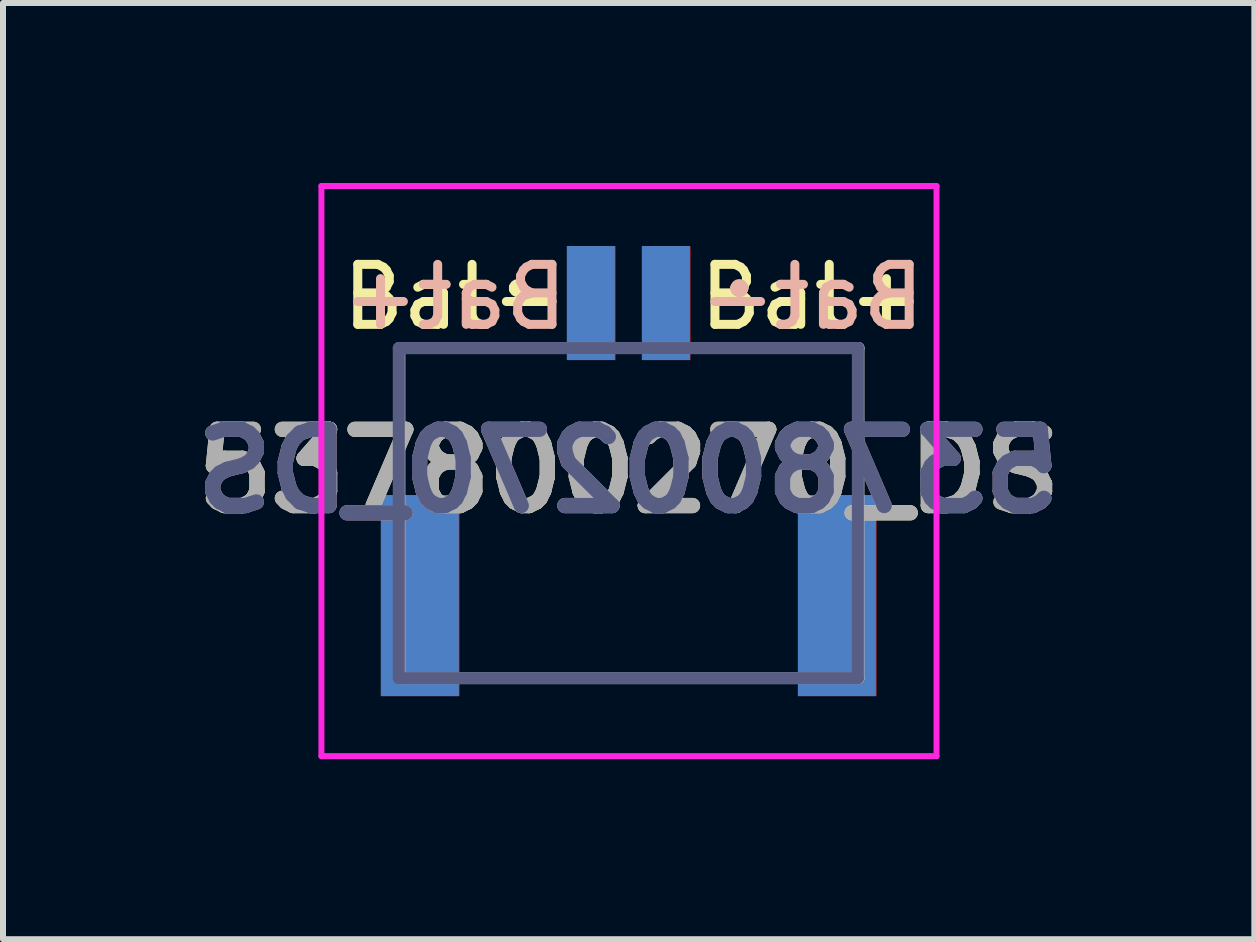
<source format=kicad_pcb>
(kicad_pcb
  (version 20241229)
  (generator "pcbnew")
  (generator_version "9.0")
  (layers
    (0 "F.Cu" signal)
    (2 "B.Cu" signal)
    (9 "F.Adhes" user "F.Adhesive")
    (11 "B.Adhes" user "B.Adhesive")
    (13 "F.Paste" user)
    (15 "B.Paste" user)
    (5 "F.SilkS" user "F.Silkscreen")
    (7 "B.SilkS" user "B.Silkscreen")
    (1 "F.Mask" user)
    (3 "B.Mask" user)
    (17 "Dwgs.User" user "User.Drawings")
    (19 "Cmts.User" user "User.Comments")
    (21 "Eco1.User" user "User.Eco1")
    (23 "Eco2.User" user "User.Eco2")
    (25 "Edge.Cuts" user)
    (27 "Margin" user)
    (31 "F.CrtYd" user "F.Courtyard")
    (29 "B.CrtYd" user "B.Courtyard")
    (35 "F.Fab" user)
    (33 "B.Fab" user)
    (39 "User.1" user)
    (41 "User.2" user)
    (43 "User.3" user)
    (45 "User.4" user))
  (footprint "537800270_DS"
    (layer "F.Cu")
    (at 7.431 5.5)
    (property "Reference" "537800270_DS" (at 0 -0.7 0) (layer "F.SilkS") (effects (font (size 1.27 1.27) (thickness 0.254))))
    (attr smd)
    (fp_line (start -3.825 -2.75) (end -3.825 -2.75) (stroke (width 0.1) (type solid)) (layer "F.SilkS"))
    (fp_line (start -3.825 -2.75) (end -3.825 -2.75) (stroke (width 0.1) (type solid)) (layer "F.SilkS"))
    (fp_line (start -3.825 -2.75) (end -3.825 -1.05) (stroke (width 0.1) (type solid)) (layer "F.SilkS"))
    (fp_line (start -3.825 -2.75) (end -1.625 -2.75) (stroke (width 0.1) (type solid)) (layer "F.SilkS"))
    (fp_line (start -3.825 -1.05) (end -3.825 -2.75) (stroke (width 0.1) (type solid)) (layer "F.SilkS"))
    (fp_line (start -3.825 -1.05) (end -3.825 -1.05) (stroke (width 0.1) (type solid)) (layer "F.SilkS"))
    (fp_line (start -2.125 2.75) (end -2.125 2.75) (stroke (width 0.1) (type solid)) (layer "F.SilkS"))
    (fp_line (start -2.125 2.75) (end 2.125 2.75) (stroke (width 0.1) (type solid)) (layer "F.SilkS"))
    (fp_line (start -1.9 -3.75) (end -1.9 -3.75) (stroke (width 0.2) (type solid)) (layer "F.SilkS"))
    (fp_line (start -1.9 -3.75) (end -1.9 -3.75) (stroke (width 0.2) (type solid)) (layer "F.SilkS"))
    (fp_line (start -1.8 -3.75) (end -1.8 -3.75) (stroke (width 0.2) (type solid)) (layer "F.SilkS"))
    (fp_line (start -1.625 -2.75) (end -3.825 -2.75) (stroke (width 0.1) (type solid)) (layer "F.SilkS"))
    (fp_line (start -1.625 -2.75) (end -1.625 -2.75) (stroke (width 0.1) (type solid)) (layer "F.SilkS"))
    (fp_line (start 1.625 -2.75) (end 1.625 -2.75) (stroke (width 0.1) (type solid)) (layer "F.SilkS"))
    (fp_line (start 1.625 -2.75) (end 3.825 -2.75) (stroke (width 0.1) (type solid)) (layer "F.SilkS"))
    (fp_line (start 2.125 2.75) (end -2.125 2.75) (stroke (width 0.1) (type solid)) (layer "F.SilkS"))
    (fp_line (start 2.125 2.75) (end 2.125 2.75) (stroke (width 0.1) (type solid)) (layer "F.SilkS"))
    (fp_line (start 3.825 -2.75) (end 1.625 -2.75) (stroke (width 0.1) (type solid)) (layer "F.SilkS"))
    (fp_line (start 3.825 -2.75) (end 3.825 -2.75) (stroke (width 0.1) (type solid)) (layer "F.SilkS"))
    (fp_line (start 3.825 -2.75) (end 3.825 -2.75) (stroke (width 0.1) (type solid)) (layer "F.SilkS"))
    (fp_line (start 3.825 -2.75) (end 3.825 -1.05) (stroke (width 0.1) (type solid)) (layer "F.SilkS"))
    (fp_line (start 3.825 -1.05) (end 3.825 -2.75) (stroke (width 0.1) (type solid)) (layer "F.SilkS"))
    (fp_line (start 3.825 -1.05) (end 3.825 -1.05) (stroke (width 0.1) (type solid)) (layer "F.SilkS"))
    (fp_arc (start -1.9 -3.75) (mid -1.85 -3.8) (end -1.8 -3.75) (stroke (width 0.2) (type solid)) (layer "F.SilkS"))
    (fp_arc (start -1.8 -3.75) (mid -1.85 -3.7) (end -1.9 -3.75) (stroke (width 0.2) (type solid)) (layer "F.SilkS"))
    (fp_arc (start -1.8 -3.75) (mid -1.85 -3.7) (end -1.9 -3.75) (stroke (width 0.2) (type solid)) (layer "F.SilkS"))
    (fp_line (start -3.836 -2.75) (end -3.836 -2.75) (stroke (width 0.1) (type solid)) (layer "B.SilkS"))
    (fp_line (start -3.836 -2.75) (end -3.836 -2.75) (stroke (width 0.1) (type solid)) (layer "B.SilkS"))
    (fp_line (start -3.836 -2.75) (end -3.836 -1.05) (stroke (width 0.1) (type solid)) (layer "B.SilkS"))
    (fp_line (start -3.836 -2.75) (end -1.636 -2.75) (stroke (width 0.1) (type solid)) (layer "B.SilkS"))
    (fp_line (start -3.836 -1.05) (end -3.836 -2.75) (stroke (width 0.1) (type solid)) (layer "B.SilkS"))
    (fp_line (start -3.836 -1.05) (end -3.836 -1.05) (stroke (width 0.1) (type solid)) (layer "B.SilkS"))
    (fp_line (start -2.136 2.75) (end -2.136 2.75) (stroke (width 0.1) (type solid)) (layer "B.SilkS"))
    (fp_line (start -2.136 2.75) (end 2.114 2.75) (stroke (width 0.1) (type solid)) (layer "B.SilkS"))
    (fp_line (start -1.636 -2.75) (end -3.836 -2.75) (stroke (width 0.1) (type solid)) (layer "B.SilkS"))
    (fp_line (start -1.636 -2.75) (end -1.636 -2.75) (stroke (width 0.1) (type solid)) (layer "B.SilkS"))
    (fp_line (start 1.614 -2.75) (end 1.614 -2.75) (stroke (width 0.1) (type solid)) (layer "B.SilkS"))
    (fp_line (start 1.614 -2.75) (end 3.814 -2.75) (stroke (width 0.1) (type solid)) (layer "B.SilkS"))
    (fp_line (start 1.789 -3.75) (end 1.789 -3.75) (stroke (width 0.2) (type solid)) (layer "B.SilkS"))
    (fp_line (start 1.889 -3.75) (end 1.889 -3.75) (stroke (width 0.2) (type solid)) (layer "B.SilkS"))
    (fp_line (start 1.889 -3.75) (end 1.889 -3.75) (stroke (width 0.2) (type solid)) (layer "B.SilkS"))
    (fp_line (start 2.114 2.75) (end -2.136 2.75) (stroke (width 0.1) (type solid)) (layer "B.SilkS"))
    (fp_line (start 2.114 2.75) (end 2.114 2.75) (stroke (width 0.1) (type solid)) (layer "B.SilkS"))
    (fp_line (start 3.814 -2.75) (end 1.614 -2.75) (stroke (width 0.1) (type solid)) (layer "B.SilkS"))
    (fp_line (start 3.814 -2.75) (end 3.814 -2.75) (stroke (width 0.1) (type solid)) (layer "B.SilkS"))
    (fp_line (start 3.814 -2.75) (end 3.814 -2.75) (stroke (width 0.1) (type solid)) (layer "B.SilkS"))
    (fp_line (start 3.814 -2.75) (end 3.814 -1.05) (stroke (width 0.1) (type solid)) (layer "B.SilkS"))
    (fp_line (start 3.814 -1.05) (end 3.814 -2.75) (stroke (width 0.1) (type solid)) (layer "B.SilkS"))
    (fp_line (start 3.814 -1.05) (end 3.814 -1.05) (stroke (width 0.1) (type solid)) (layer "B.SilkS"))
    (fp_arc (start 1.789144 -3.75) (mid 1.839144 -3.8) (end 1.889144 -3.75) (stroke (width 0.2) (type solid)) (layer "B.SilkS"))
    (fp_arc (start 1.889144 -3.75) (mid 1.839144 -3.7) (end 1.789144 -3.75) (stroke (width 0.2) (type solid)) (layer "B.SilkS"))
    (fp_arc (start 1.889144 -3.75) (mid 1.839144 -3.7) (end 1.789144 -3.75) (stroke (width 0.2) (type solid)) (layer "B.SilkS"))
    (fp_line (start -5.125 -5.45) (end 5.125 -5.45) (stroke (width 0.1) (type solid)) (layer "F.CrtYd"))
    (fp_line (start -5.125 4.05) (end -5.125 -5.45) (stroke (width 0.1) (type solid)) (layer "F.CrtYd"))
    (fp_line (start 5.125 -5.45) (end 5.125 4.05) (stroke (width 0.1) (type solid)) (layer "F.CrtYd"))
    (fp_line (start 5.125 4.05) (end -5.125 4.05) (stroke (width 0.1) (type solid)) (layer "F.CrtYd"))
    (fp_line (start -3.836 -2.75) (end 3.814 -2.75) (stroke (width 0.2) (type solid)) (layer "B.Fab"))
    (fp_line (start -3.836 2.75) (end -3.836 -2.75) (stroke (width 0.2) (type solid)) (layer "B.Fab"))
    (fp_line (start 3.814 -2.75) (end 3.814 2.75) (stroke (width 0.2) (type solid)) (layer "B.Fab"))
    (fp_line (start 3.814 2.75) (end -3.836 2.75) (stroke (width 0.2) (type solid)) (layer "B.Fab"))
    (fp_line (start -3.825 -2.75) (end -3.825 2.75) (stroke (width 0.2) (type solid)) (layer "F.Fab"))
    (fp_line (start -3.825 2.75) (end 3.825 2.75) (stroke (width 0.2) (type solid)) (layer "F.Fab"))
    (fp_line (start 3.825 -2.75) (end -3.825 -2.75) (stroke (width 0.2) (type solid)) (layer "F.Fab"))
    (fp_line (start 3.825 2.75) (end 3.825 -2.75) (stroke (width 0.2) (type solid)) (layer "F.Fab"))
    (fp_text user "Bat-" (at -2.9 -3.6 0) (unlocked yes) (layer "F.SilkS") (effects (font (size 1 1) (thickness 0.15))))
    (fp_text user "Bat+" (at 3.052 -3.6 0) (unlocked yes) (layer "F.SilkS") (effects (font (size 1 1) (thickness 0.15))))
    (fp_text user "${REFERENCE}" (at -0.011 -0.7 0) (layer "B.SilkS") (effects (font (size 1.27 1.27) (thickness 0.254)) (justify mirror)))
    (fp_text user "Bat+" (at -2.902 -3.6 0) (unlocked yes) (layer "B.SilkS") (effects (font (size 1 1) (thickness 0.15)) (justify mirror)))
    (fp_text user "Bat-" (at 3.05 -3.6 0) (unlocked yes) (layer "B.SilkS") (effects (font (size 1 1) (thickness 0.15)) (justify mirror)))
    (fp_text user "${REFERENCE}" (at -0.011 -0.7 0) (layer "B.Fab") (effects (font (size 1.27 1.27) (thickness 0.254)) (justify mirror)))
    (fp_text user "${REFERENCE}" (at 0 -0.7 0) (layer "F.Fab") (effects (font (size 1.27 1.27) (thickness 0.254))))
    (pad "1" smd rect (at -0.625 -3.5) (size 0.8 1.9) (layers "F.Cu" "F.Mask" "F.Paste"))
    (pad "1" smd rect (at 0.614 -3.5) (size 0.8 1.9) (layers "B.Cu" "B.Mask" "B.Paste"))
    (pad "2" smd rect (at -0.636 -3.5) (size 0.8 1.9) (layers "B.Cu" "B.Mask" "B.Paste"))
    (pad "2" smd rect (at 0.625 -3.5) (size 0.8 1.9) (layers "F.Cu" "F.Mask" "F.Paste"))
    (pad "MP1" smd rect (at -3.475 1.375) (size 1.3 3.35) (layers "F.Cu" "F.Mask" "F.Paste"))
    (pad "MP1" smd rect (at 3.464 1.375) (size 1.3 3.35) (layers "B.Cu" "B.Mask" "B.Paste"))
    (pad "MP2" smd rect (at -3.486 1.375) (size 1.3 3.35) (layers "B.Cu" "B.Mask" "B.Paste"))
    (pad "MP2" smd rect (at 3.475 1.375) (size 1.3 3.35) (layers "F.Cu" "F.Mask" "F.Paste")))
  (gr_rect
    (start -3 -3)
    (end 17.852 12.6)
    (stroke (width 0.1) (type default))
    (fill no)
    (layer "Edge.Cuts")))
</source>
